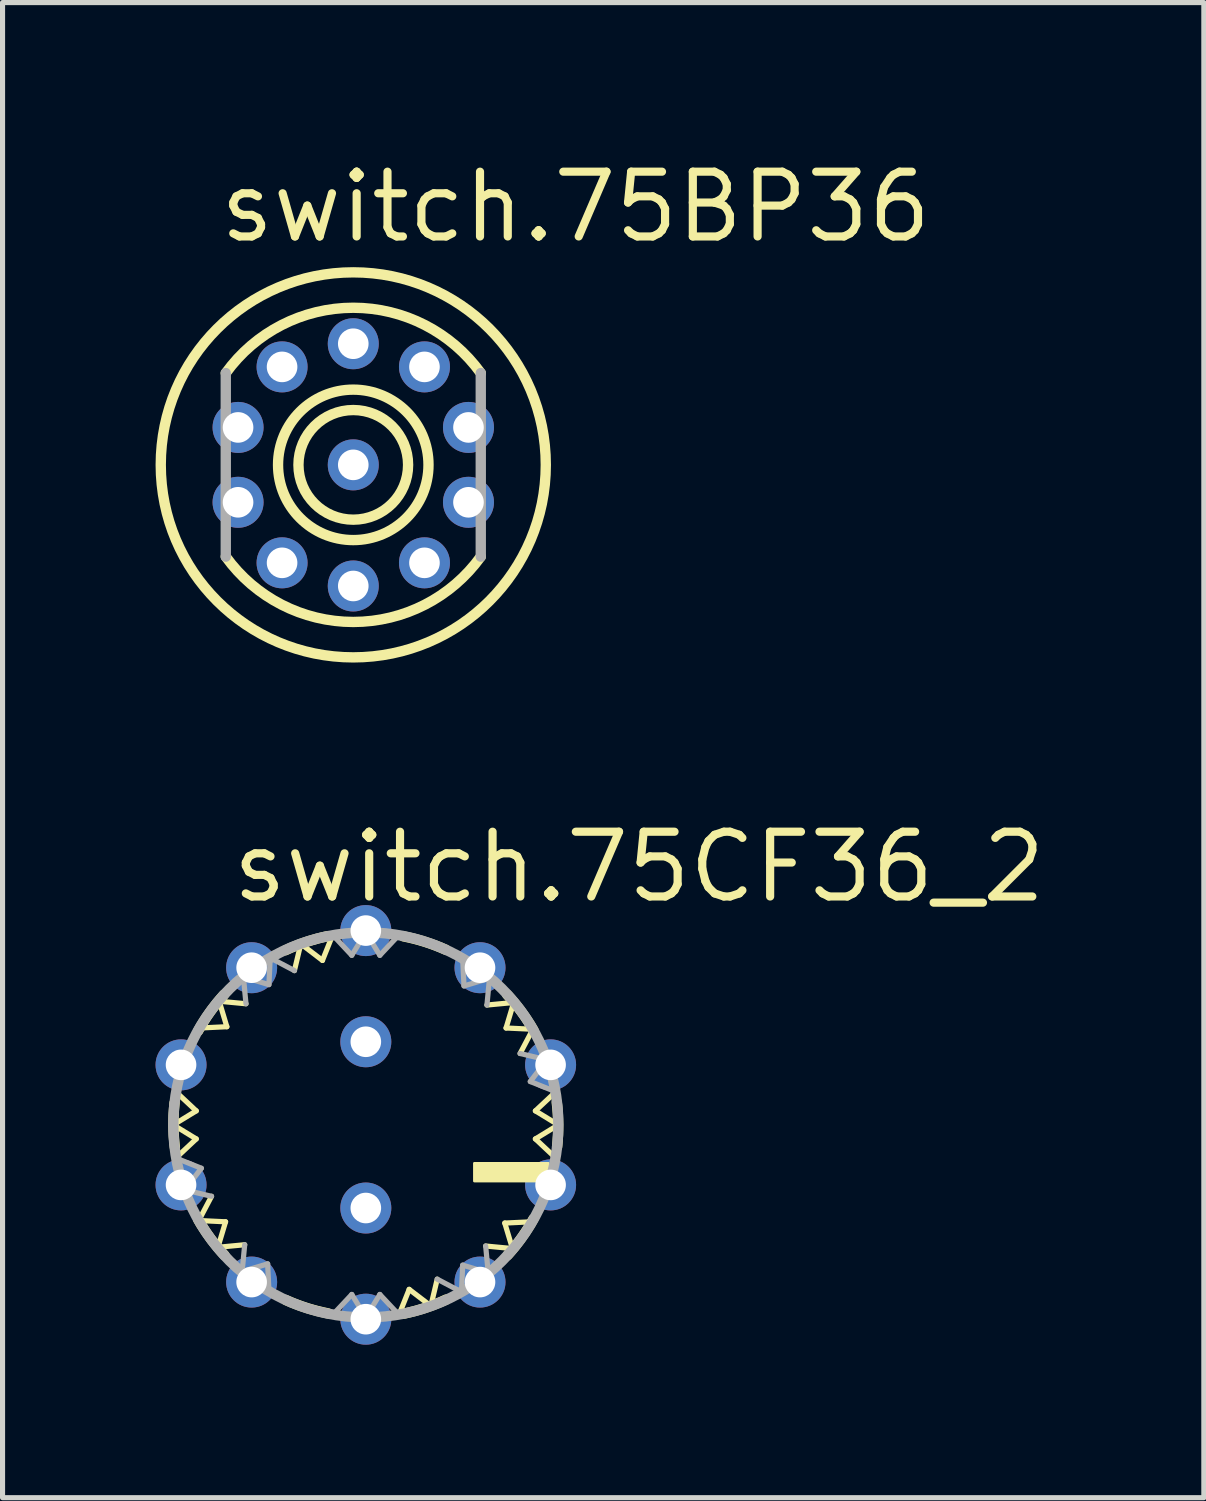
<source format=kicad_pcb>
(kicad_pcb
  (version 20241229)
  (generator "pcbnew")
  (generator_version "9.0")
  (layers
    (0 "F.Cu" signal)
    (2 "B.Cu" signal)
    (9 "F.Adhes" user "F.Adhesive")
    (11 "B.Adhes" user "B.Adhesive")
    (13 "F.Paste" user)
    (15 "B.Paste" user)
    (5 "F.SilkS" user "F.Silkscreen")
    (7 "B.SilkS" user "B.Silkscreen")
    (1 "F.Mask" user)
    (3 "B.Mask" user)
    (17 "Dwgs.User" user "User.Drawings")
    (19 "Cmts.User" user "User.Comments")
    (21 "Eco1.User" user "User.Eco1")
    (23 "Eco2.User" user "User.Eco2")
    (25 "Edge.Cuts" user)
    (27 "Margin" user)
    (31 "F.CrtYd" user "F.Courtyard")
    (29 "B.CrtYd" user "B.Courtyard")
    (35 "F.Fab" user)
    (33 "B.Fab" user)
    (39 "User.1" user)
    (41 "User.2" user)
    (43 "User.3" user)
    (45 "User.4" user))
  (footprint "switch.75BP36"
    (layer "F.Cu")
    (at 3.877 6.065)
    (property "Reference" "switch.75BP36" (at -2.7 -4.315 0) (layer "F.SilkS") (effects (font (size 1.27 1.27) (thickness 0.16)) (justify left bottom)))
    (attr through_hole)
    (fp_arc (start -2.5 -1.8) (mid 0 -3.080584) (end 2.5 -1.8) (stroke (width 0.2032) (type default)) (layer "F.SilkS"))
    (fp_arc (start 2.5 1.8) (mid 0 3.080584) (end -2.5 1.8) (stroke (width 0.2032) (type default)) (layer "F.SilkS"))
    (fp_circle (center 0 0) (end 1.075 0) (stroke (width 0.203) (type default)) (fill no) (layer "F.SilkS"))
    (fp_circle (center 0 0) (end 1.475 0) (stroke (width 0.203) (type default)) (fill no) (layer "F.SilkS"))
    (fp_circle (center 0 0) (end 3.775 0) (stroke (width 0.203) (type default)) (fill no) (layer "F.SilkS"))
    (fp_line (start -2.5 -1.8) (end -2.5 1.8) (stroke (width 0.203) (type default)) (layer "F.Fab"))
    (fp_line (start 2.5 1.8) (end 2.5 -1.8) (stroke (width 0.203) (type default)) (layer "F.Fab"))
    (pad "1" thru_hole circle (at 2.259 0.734 342) (size 1 1) (drill 0.6) (layers "*.Cu" "*.Mask"))
    (pad "2" thru_hole circle (at 1.396 1.921 306) (size 1 1) (drill 0.6) (layers "*.Cu" "*.Mask"))
    (pad "3" thru_hole circle (at 0 2.375 270) (size 1 1) (drill 0.6) (layers "*.Cu" "*.Mask"))
    (pad "4" thru_hole circle (at -1.396 1.921 234) (size 1 1) (drill 0.6) (layers "*.Cu" "*.Mask"))
    (pad "5" thru_hole circle (at -2.259 0.734 198) (size 1 1) (drill 0.6) (layers "*.Cu" "*.Mask"))
    (pad "6" thru_hole circle (at -2.259 -0.734 162) (size 1 1) (drill 0.6) (layers "*.Cu" "*.Mask"))
    (pad "7" thru_hole circle (at -1.396 -1.921 126) (size 1 1) (drill 0.6) (layers "*.Cu" "*.Mask"))
    (pad "8" thru_hole circle (at 0 -2.375 90) (size 1 1) (drill 0.6) (layers "*.Cu" "*.Mask"))
    (pad "9" thru_hole circle (at 1.396 -1.921 54) (size 1 1) (drill 0.6) (layers "*.Cu" "*.Mask"))
    (pad "10" thru_hole circle (at 2.259 -0.734 18) (size 1 1) (drill 0.6) (layers "*.Cu" "*.Mask"))
    (pad "C" thru_hole circle (at 0 0) (size 1 1) (drill 0.6) (layers "*.Cu" "*.Mask")))
  (footprint "switch.75CF36_2"
    (layer "F.Cu")
    (at 4.123 19.007)
    (property "Reference" "switch.75CF36_2" (at -2.7 -4.315 0) (layer "F.SilkS") (effects (font (size 1.27 1.27) (thickness 0.16)) (justify left bottom)))
    (attr through_hole)
    (fp_line (start -3.775 0) (end -3.325 -0.275) (stroke (width 0.102) (type default)) (layer "F.SilkS"))
    (fp_line (start -3.775 0) (end -3.325 0.275) (stroke (width 0.102) (type default)) (layer "F.SilkS"))
    (fp_line (start -3.325 -0.275) (end -3.725 -0.65) (stroke (width 0.102) (type default)) (layer "F.SilkS"))
    (fp_line (start -3.325 0.275) (end -3.725 0.65) (stroke (width 0.102) (type default)) (layer "F.SilkS"))
    (fp_line (start -3.275 1.875) (end -2.75 1.9) (stroke (width 0.102) (type default)) (layer "F.SilkS"))
    (fp_line (start -3.025 1.4) (end -3.275 1.875) (stroke (width 0.102) (type default)) (layer "F.SilkS"))
    (fp_line (start -2.9 2.4) (end -2.375 2.35) (stroke (width 0.102) (type default)) (layer "F.SilkS"))
    (fp_line (start -2.875 -2.425) (end -2.725 -1.925) (stroke (width 0.102) (type default)) (layer "F.SilkS"))
    (fp_line (start -2.75 1.9) (end -2.9 2.4) (stroke (width 0.102) (type default)) (layer "F.SilkS"))
    (fp_line (start -2.725 -1.925) (end -3.25 -1.9) (stroke (width 0.102) (type default)) (layer "F.SilkS"))
    (fp_line (start -2.35 -2.375) (end -2.875 -2.425) (stroke (width 0.102) (type default)) (layer "F.SilkS"))
    (fp_line (start -1.275 -3.55) (end -1.4 -3.025) (stroke (width 0.102) (type default)) (layer "F.SilkS"))
    (fp_line (start -0.85 -3.225) (end -1.275 -3.55) (stroke (width 0.102) (type default)) (layer "F.SilkS"))
    (fp_line (start -0.65 -3.725) (end -0.85 -3.225) (stroke (width 0.102) (type default)) (layer "F.SilkS"))
    (fp_line (start 0.65 3.725) (end 0.85 3.225) (stroke (width 0.102) (type default)) (layer "F.SilkS"))
    (fp_line (start 0.85 3.225) (end 1.275 3.55) (stroke (width 0.102) (type default)) (layer "F.SilkS"))
    (fp_line (start 1.275 3.55) (end 1.4 3.025) (stroke (width 0.102) (type default)) (layer "F.SilkS"))
    (fp_line (start 2.35 2.375) (end 2.875 2.425) (stroke (width 0.102) (type default)) (layer "F.SilkS"))
    (fp_line (start 2.725 1.925) (end 3.25 1.9) (stroke (width 0.102) (type default)) (layer "F.SilkS"))
    (fp_line (start 2.75 -1.9) (end 2.9 -2.4) (stroke (width 0.102) (type default)) (layer "F.SilkS"))
    (fp_line (start 2.875 2.425) (end 2.725 1.925) (stroke (width 0.102) (type default)) (layer "F.SilkS"))
    (fp_line (start 2.9 -2.4) (end 2.375 -2.35) (stroke (width 0.102) (type default)) (layer "F.SilkS"))
    (fp_line (start 3.025 -1.4) (end 3.275 -1.875) (stroke (width 0.102) (type default)) (layer "F.SilkS"))
    (fp_line (start 3.275 -1.875) (end 2.75 -1.9) (stroke (width 0.102) (type default)) (layer "F.SilkS"))
    (fp_line (start 3.325 -0.275) (end 3.725 -0.65) (stroke (width 0.102) (type default)) (layer "F.SilkS"))
    (fp_line (start 3.325 0.275) (end 3.725 0.65) (stroke (width 0.102) (type default)) (layer "F.SilkS"))
    (fp_line (start 3.775 0) (end 3.325 -0.275) (stroke (width 0.102) (type default)) (layer "F.SilkS"))
    (fp_line (start 3.775 0) (end 3.325 0.275) (stroke (width 0.102) (type default)) (layer "F.SilkS"))
    (fp_rect (start 2.128 1.102) (end 3.578 0.752) (stroke (width 0.05) (type default)) (fill yes) (layer "F.SilkS"))
    (fp_arc (start -3.744 0.4395) (mid -3.772389 0.00494) (end -3.7506 -0.43) (stroke (width 0.2032) (type default)) (layer "F.SilkS"))
    (fp_arc (start -3.2873 -1.8451) (mid -3.054809 -2.213393) (end -2.7815 -2.5525) (stroke (width 0.2032) (type default)) (layer "F.SilkS"))
    (fp_arc (start -2.7706 2.5562) (mid -3.048984 2.221299) (end -3.287 1.8566) (stroke (width 0.2032) (type default)) (layer "F.SilkS"))
    (fp_arc (start -1.575 -3.425) (mid -1.170434 -3.586302) (end -0.75 -3.7) (stroke (width 0.2032) (type default)) (layer "F.SilkS"))
    (fp_arc (start -0.7389 3.6965) (mid -1.160973 3.589168) (end -1.5679 3.434) (stroke (width 0.2032) (type default)) (layer "F.SilkS"))
    (fp_arc (start 0.7389 -3.6965) (mid 1.160973 -3.589168) (end 1.5679 -3.434) (stroke (width 0.2032) (type default)) (layer "F.SilkS"))
    (fp_arc (start 1.575 3.425) (mid 1.170434 3.586302) (end 0.75 3.7) (stroke (width 0.2032) (type default)) (layer "F.SilkS"))
    (fp_arc (start 2.7706 -2.5562) (mid 3.048984 -2.221299) (end 3.287 -1.8566) (stroke (width 0.2032) (type default)) (layer "F.SilkS"))
    (fp_arc (start 3.2873 1.8451) (mid 3.054809 2.213393) (end 2.7815 2.5525) (stroke (width 0.2032) (type default)) (layer "F.SilkS"))
    (fp_arc (start 3.744 -0.4395) (mid 3.772389 -0.00494) (end 3.7506 0.43) (stroke (width 0.2032) (type default)) (layer "F.SilkS"))
    (fp_line (start -3.725 0.65) (end -3.225 0.85) (stroke (width 0.102) (type default)) (layer "F.Fab"))
    (fp_line (start -3.55 1.275) (end -3.025 1.4) (stroke (width 0.102) (type default)) (layer "F.Fab"))
    (fp_line (start -3.225 0.85) (end -3.55 1.275) (stroke (width 0.102) (type default)) (layer "F.Fab"))
    (fp_line (start -2.425 2.875) (end -1.925 2.725) (stroke (width 0.102) (type default)) (layer "F.Fab"))
    (fp_line (start -2.4 -2.9) (end -2.35 -2.375) (stroke (width 0.102) (type default)) (layer "F.Fab"))
    (fp_line (start -2.375 2.35) (end -2.425 2.875) (stroke (width 0.102) (type default)) (layer "F.Fab"))
    (fp_line (start -1.925 2.725) (end -1.9 3.25) (stroke (width 0.102) (type default)) (layer "F.Fab"))
    (fp_line (start -1.9 -2.75) (end -2.4 -2.9) (stroke (width 0.102) (type default)) (layer "F.Fab"))
    (fp_line (start -1.875 -3.275) (end -1.9 -2.75) (stroke (width 0.102) (type default)) (layer "F.Fab"))
    (fp_line (start -1.4 -3.025) (end -1.875 -3.275) (stroke (width 0.102) (type default)) (layer "F.Fab"))
    (fp_line (start -0.275 -3.325) (end -0.65 -3.725) (stroke (width 0.102) (type default)) (layer "F.Fab"))
    (fp_line (start -0.275 3.325) (end -0.65 3.725) (stroke (width 0.102) (type default)) (layer "F.Fab"))
    (fp_line (start 0 -3.775) (end -0.275 -3.325) (stroke (width 0.102) (type default)) (layer "F.Fab"))
    (fp_line (start 0 -3.775) (end 0.275 -3.325) (stroke (width 0.102) (type default)) (layer "F.Fab"))
    (fp_line (start 0 3.775) (end -0.275 3.325) (stroke (width 0.102) (type default)) (layer "F.Fab"))
    (fp_line (start 0 3.775) (end 0.275 3.325) (stroke (width 0.102) (type default)) (layer "F.Fab"))
    (fp_line (start 0.275 -3.325) (end 0.65 -3.725) (stroke (width 0.102) (type default)) (layer "F.Fab"))
    (fp_line (start 0.275 3.325) (end 0.65 3.725) (stroke (width 0.102) (type default)) (layer "F.Fab"))
    (fp_line (start 1.4 3.025) (end 1.875 3.275) (stroke (width 0.102) (type default)) (layer "F.Fab"))
    (fp_line (start 1.875 3.275) (end 1.9 2.75) (stroke (width 0.102) (type default)) (layer "F.Fab"))
    (fp_line (start 1.9 2.75) (end 2.4 2.9) (stroke (width 0.102) (type default)) (layer "F.Fab"))
    (fp_line (start 1.925 -2.725) (end 1.9 -3.25) (stroke (width 0.102) (type default)) (layer "F.Fab"))
    (fp_line (start 2.375 -2.35) (end 2.425 -2.875) (stroke (width 0.102) (type default)) (layer "F.Fab"))
    (fp_line (start 2.4 2.9) (end 2.35 2.375) (stroke (width 0.102) (type default)) (layer "F.Fab"))
    (fp_line (start 2.425 -2.875) (end 1.925 -2.725) (stroke (width 0.102) (type default)) (layer "F.Fab"))
    (fp_line (start 3.225 -0.85) (end 3.55 -1.275) (stroke (width 0.102) (type default)) (layer "F.Fab"))
    (fp_line (start 3.55 -1.275) (end 3.025 -1.4) (stroke (width 0.102) (type default)) (layer "F.Fab"))
    (fp_line (start 3.725 -0.65) (end 3.225 -0.85) (stroke (width 0.102) (type default)) (layer "F.Fab"))
    (fp_circle (center 0 0) (end 3.775 0) (stroke (width 0.203) (type default)) (fill no) (layer "F.Fab"))
    (pad "1" thru_hole circle (at 3.623 1.177 342) (size 1 1) (drill 0.6) (layers "*.Cu" "*.Mask"))
    (pad "2" thru_hole circle (at 2.239 3.082 306) (size 1 1) (drill 0.6) (layers "*.Cu" "*.Mask"))
    (pad "3" thru_hole circle (at 0 3.81 270) (size 1 1) (drill 0.6) (layers "*.Cu" "*.Mask"))
    (pad "4" thru_hole circle (at -2.239 3.082 234) (size 1 1) (drill 0.6) (layers "*.Cu" "*.Mask"))
    (pad "5" thru_hole circle (at -3.623 1.177 198) (size 1 1) (drill 0.6) (layers "*.Cu" "*.Mask"))
    (pad "6" thru_hole circle (at -3.623 -1.177 162) (size 1 1) (drill 0.6) (layers "*.Cu" "*.Mask"))
    (pad "7" thru_hole circle (at -2.239 -3.082 126) (size 1 1) (drill 0.6) (layers "*.Cu" "*.Mask"))
    (pad "8" thru_hole circle (at 0 -3.81 90) (size 1 1) (drill 0.6) (layers "*.Cu" "*.Mask"))
    (pad "9" thru_hole circle (at 2.239 -3.082 54) (size 1 1) (drill 0.6) (layers "*.Cu" "*.Mask"))
    (pad "10" thru_hole circle (at 3.623 -1.177 18) (size 1 1) (drill 0.6) (layers "*.Cu" "*.Mask"))
    (pad "C1" thru_hole circle (at 0 1.63) (size 1 1) (drill 0.6) (layers "*.Cu" "*.Mask"))
    (pad "C2" thru_hole circle (at 0 -1.63) (size 1 1) (drill 0.6) (layers "*.Cu" "*.Mask")))
  (gr_rect
    (start -3 -3)
    (end 20.555 26.317)
    (stroke (width 0.1) (type default))
    (fill no)
    (layer "Edge.Cuts")))
</source>
